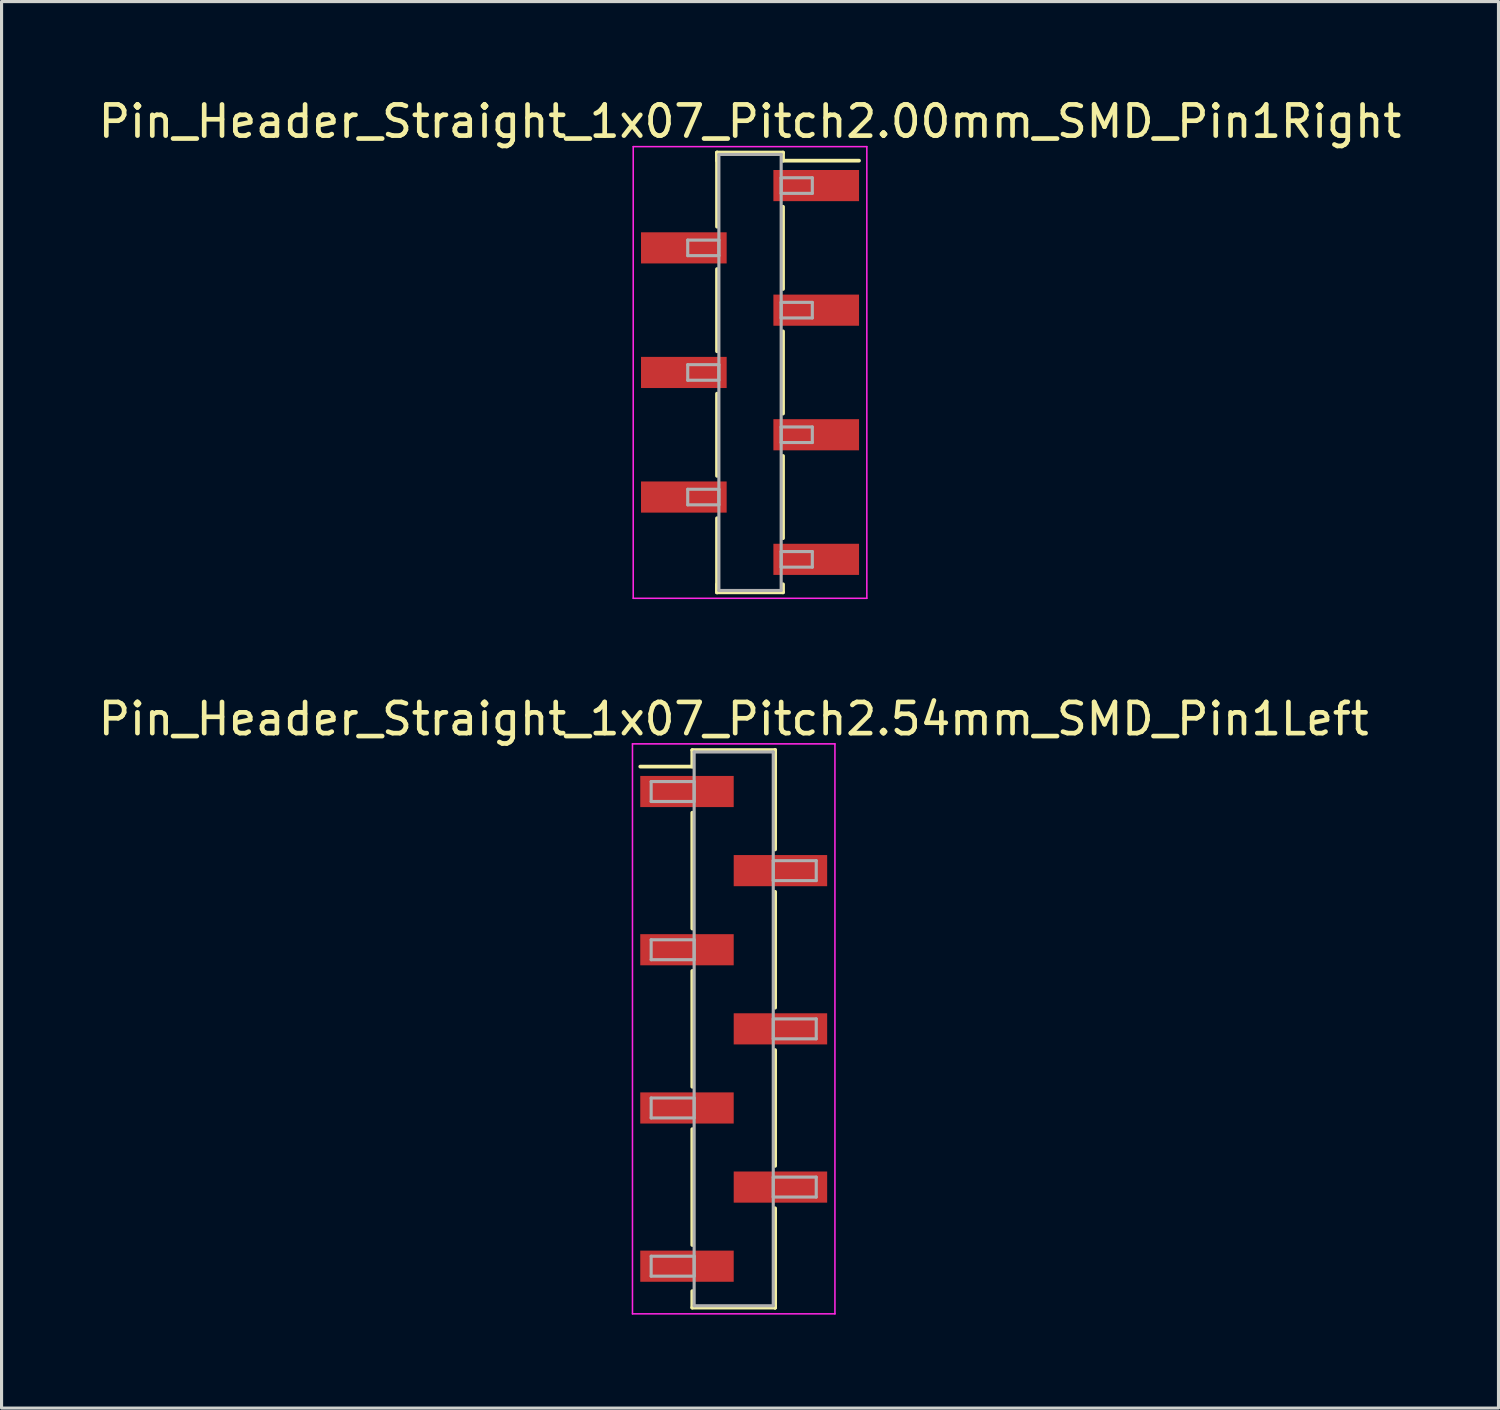
<source format=kicad_pcb>
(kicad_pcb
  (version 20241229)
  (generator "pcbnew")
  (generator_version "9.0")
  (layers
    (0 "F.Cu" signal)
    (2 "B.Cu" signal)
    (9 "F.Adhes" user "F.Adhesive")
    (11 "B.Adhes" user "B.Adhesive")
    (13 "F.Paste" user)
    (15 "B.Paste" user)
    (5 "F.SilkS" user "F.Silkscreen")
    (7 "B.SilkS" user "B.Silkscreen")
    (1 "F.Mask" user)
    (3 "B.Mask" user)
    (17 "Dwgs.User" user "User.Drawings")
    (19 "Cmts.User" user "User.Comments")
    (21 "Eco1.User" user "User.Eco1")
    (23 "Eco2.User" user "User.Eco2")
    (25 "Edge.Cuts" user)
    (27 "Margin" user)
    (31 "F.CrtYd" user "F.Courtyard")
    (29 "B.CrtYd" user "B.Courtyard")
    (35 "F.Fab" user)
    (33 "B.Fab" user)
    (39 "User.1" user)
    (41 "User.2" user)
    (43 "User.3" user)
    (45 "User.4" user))
  (footprint "Pin_Header_Straight_1x07_Pitch2.54mm_SMD_Pin1Left"
    (layer "F.Cu")
    (at 20.506 29.982)
    (property "Reference" "Pin_Header_Straight_1x07_Pitch2.54mm_SMD_Pin1Left" (at 0 -9.95 0) (layer "F.SilkS") (effects (font (size 1 1) (thickness 0.15))))
    (attr smd)
    (fp_line (start -1.33 -8.95) (end 1.33 -8.95) (stroke (width 0.12) (type solid)) (layer "F.SilkS"))
    (fp_line (start -1.33 -8.42) (end -3 -8.42) (stroke (width 0.12) (type solid)) (layer "F.SilkS"))
    (fp_line (start -1.33 -8.42) (end -1.33 -8.95) (stroke (width 0.12) (type solid)) (layer "F.SilkS"))
    (fp_line (start -1.33 -6.94) (end -1.33 -3.22) (stroke (width 0.12) (type solid)) (layer "F.SilkS"))
    (fp_line (start -1.33 -1.86) (end -1.33 1.86) (stroke (width 0.12) (type solid)) (layer "F.SilkS"))
    (fp_line (start -1.33 3.22) (end -1.33 6.94) (stroke (width 0.12) (type solid)) (layer "F.SilkS"))
    (fp_line (start -1.33 8.42) (end -1.33 8.95) (stroke (width 0.12) (type solid)) (layer "F.SilkS"))
    (fp_line (start -1.33 8.95) (end 1.33 8.95) (stroke (width 0.12) (type solid)) (layer "F.SilkS"))
    (fp_line (start 1.33 -8.95) (end 1.33 -8.42) (stroke (width 0.12) (type solid)) (layer "F.SilkS"))
    (fp_line (start 1.33 -8.95) (end 1.33 -5.76) (stroke (width 0.12) (type solid)) (layer "F.SilkS"))
    (fp_line (start 1.33 -4.4) (end 1.33 -0.68) (stroke (width 0.12) (type solid)) (layer "F.SilkS"))
    (fp_line (start 1.33 0.68) (end 1.33 4.4) (stroke (width 0.12) (type solid)) (layer "F.SilkS"))
    (fp_line (start 1.33 5.76) (end 1.33 8.95) (stroke (width 0.12) (type solid)) (layer "F.SilkS"))
    (fp_line (start 1.33 8.95) (end 1.33 8.42) (stroke (width 0.12) (type solid)) (layer "F.SilkS"))
    (fp_line (start -3.25 -9.15) (end -3.25 9.15) (stroke (width 0.05) (type solid)) (layer "F.CrtYd"))
    (fp_line (start -3.25 9.15) (end 3.25 9.15) (stroke (width 0.05) (type solid)) (layer "F.CrtYd"))
    (fp_line (start 3.25 -9.15) (end -3.25 -9.15) (stroke (width 0.05) (type solid)) (layer "F.CrtYd"))
    (fp_line (start 3.25 9.15) (end 3.25 -9.15) (stroke (width 0.05) (type solid)) (layer "F.CrtYd"))
    (fp_line (start -2.65 -7.94) (end -1.27 -7.94) (stroke (width 0.1) (type solid)) (layer "F.Fab"))
    (fp_line (start -2.65 -7.3) (end -2.65 -7.94) (stroke (width 0.1) (type solid)) (layer "F.Fab"))
    (fp_line (start -2.65 -2.86) (end -1.27 -2.86) (stroke (width 0.1) (type solid)) (layer "F.Fab"))
    (fp_line (start -2.65 -2.22) (end -2.65 -2.86) (stroke (width 0.1) (type solid)) (layer "F.Fab"))
    (fp_line (start -2.65 2.22) (end -1.27 2.22) (stroke (width 0.1) (type solid)) (layer "F.Fab"))
    (fp_line (start -2.65 2.86) (end -2.65 2.22) (stroke (width 0.1) (type solid)) (layer "F.Fab"))
    (fp_line (start -2.65 7.3) (end -1.27 7.3) (stroke (width 0.1) (type solid)) (layer "F.Fab"))
    (fp_line (start -2.65 7.94) (end -2.65 7.3) (stroke (width 0.1) (type solid)) (layer "F.Fab"))
    (fp_line (start -1.27 -8.89) (end -1.27 8.89) (stroke (width 0.1) (type solid)) (layer "F.Fab"))
    (fp_line (start -1.27 -7.94) (end -1.27 -7.3) (stroke (width 0.1) (type solid)) (layer "F.Fab"))
    (fp_line (start -1.27 -7.3) (end -2.65 -7.3) (stroke (width 0.1) (type solid)) (layer "F.Fab"))
    (fp_line (start -1.27 -2.86) (end -1.27 -2.22) (stroke (width 0.1) (type solid)) (layer "F.Fab"))
    (fp_line (start -1.27 -2.22) (end -2.65 -2.22) (stroke (width 0.1) (type solid)) (layer "F.Fab"))
    (fp_line (start -1.27 2.22) (end -1.27 2.86) (stroke (width 0.1) (type solid)) (layer "F.Fab"))
    (fp_line (start -1.27 2.86) (end -2.65 2.86) (stroke (width 0.1) (type solid)) (layer "F.Fab"))
    (fp_line (start -1.27 7.3) (end -1.27 7.94) (stroke (width 0.1) (type solid)) (layer "F.Fab"))
    (fp_line (start -1.27 7.94) (end -2.65 7.94) (stroke (width 0.1) (type solid)) (layer "F.Fab"))
    (fp_line (start -1.27 8.89) (end 1.27 8.89) (stroke (width 0.1) (type solid)) (layer "F.Fab"))
    (fp_line (start 1.27 -8.89) (end -1.27 -8.89) (stroke (width 0.1) (type solid)) (layer "F.Fab"))
    (fp_line (start 1.27 -5.4) (end 1.27 -4.76) (stroke (width 0.1) (type solid)) (layer "F.Fab"))
    (fp_line (start 1.27 -4.76) (end 2.65 -4.76) (stroke (width 0.1) (type solid)) (layer "F.Fab"))
    (fp_line (start 1.27 -0.32) (end 1.27 0.32) (stroke (width 0.1) (type solid)) (layer "F.Fab"))
    (fp_line (start 1.27 0.32) (end 2.65 0.32) (stroke (width 0.1) (type solid)) (layer "F.Fab"))
    (fp_line (start 1.27 4.76) (end 1.27 5.4) (stroke (width 0.1) (type solid)) (layer "F.Fab"))
    (fp_line (start 1.27 5.4) (end 2.65 5.4) (stroke (width 0.1) (type solid)) (layer "F.Fab"))
    (fp_line (start 1.27 8.89) (end 1.27 -8.89) (stroke (width 0.1) (type solid)) (layer "F.Fab"))
    (fp_line (start 2.65 -5.4) (end 1.27 -5.4) (stroke (width 0.1) (type solid)) (layer "F.Fab"))
    (fp_line (start 2.65 -4.76) (end 2.65 -5.4) (stroke (width 0.1) (type solid)) (layer "F.Fab"))
    (fp_line (start 2.65 -0.32) (end 1.27 -0.32) (stroke (width 0.1) (type solid)) (layer "F.Fab"))
    (fp_line (start 2.65 0.32) (end 2.65 -0.32) (stroke (width 0.1) (type solid)) (layer "F.Fab"))
    (fp_line (start 2.65 4.76) (end 1.27 4.76) (stroke (width 0.1) (type solid)) (layer "F.Fab"))
    (fp_line (start 2.65 5.4) (end 2.65 4.76) (stroke (width 0.1) (type solid)) (layer "F.Fab"))
    (pad "1" smd rect (at -1.5 -7.62) (size 3 1) (layers "F.Cu" "F.Mask"))
    (pad "2" smd rect (at 1.5 -5.08) (size 3 1) (layers "F.Cu" "F.Mask"))
    (pad "3" smd rect (at -1.5 -2.54) (size 3 1) (layers "F.Cu" "F.Mask"))
    (pad "4" smd rect (at 1.5 0) (size 3 1) (layers "F.Cu" "F.Mask"))
    (pad "5" smd rect (at -1.5 2.54) (size 3 1) (layers "F.Cu" "F.Mask"))
    (pad "6" smd rect (at 1.5 5.08) (size 3 1) (layers "F.Cu" "F.Mask"))
    (pad "7" smd rect (at -1.5 7.62) (size 3 1) (layers "F.Cu" "F.Mask")))
  (footprint "Pin_Header_Straight_1x07_Pitch2.00mm_SMD_Pin1Right"
    (layer "F.Cu")
    (at 21.03 8.908)
    (property "Reference" "Pin_Header_Straight_1x07_Pitch2.00mm_SMD_Pin1Right" (at 0 -8.06 0) (layer "F.SilkS") (effects (font (size 1 1) (thickness 0.15))))
    (attr smd)
    (fp_line (start -1.06 -7.06) (end -1.06 -4.68) (stroke (width 0.12) (type solid)) (layer "F.SilkS"))
    (fp_line (start -1.06 -7.06) (end 1.06 -7.06) (stroke (width 0.12) (type solid)) (layer "F.SilkS"))
    (fp_line (start -1.06 -6.8) (end -1.06 -7.06) (stroke (width 0.12) (type solid)) (layer "F.SilkS"))
    (fp_line (start -1.06 -3.32) (end -1.06 -0.68) (stroke (width 0.12) (type solid)) (layer "F.SilkS"))
    (fp_line (start -1.06 0.68) (end -1.06 3.32) (stroke (width 0.12) (type solid)) (layer "F.SilkS"))
    (fp_line (start -1.06 4.68) (end -1.06 7.06) (stroke (width 0.12) (type solid)) (layer "F.SilkS"))
    (fp_line (start -1.06 6.8) (end -1.06 7.06) (stroke (width 0.12) (type solid)) (layer "F.SilkS"))
    (fp_line (start -1.06 7.06) (end 1.06 7.06) (stroke (width 0.12) (type solid)) (layer "F.SilkS"))
    (fp_line (start 1.06 -7.06) (end 1.06 -6.8) (stroke (width 0.12) (type solid)) (layer "F.SilkS"))
    (fp_line (start 1.06 -6.8) (end 3.5 -6.8) (stroke (width 0.12) (type solid)) (layer "F.SilkS"))
    (fp_line (start 1.06 -5.32) (end 1.06 -2.68) (stroke (width 0.12) (type solid)) (layer "F.SilkS"))
    (fp_line (start 1.06 -1.32) (end 1.06 1.32) (stroke (width 0.12) (type solid)) (layer "F.SilkS"))
    (fp_line (start 1.06 2.68) (end 1.06 5.32) (stroke (width 0.12) (type solid)) (layer "F.SilkS"))
    (fp_line (start 1.06 7.06) (end 1.06 6.8) (stroke (width 0.12) (type solid)) (layer "F.SilkS"))
    (fp_line (start -3.75 -7.25) (end -3.75 7.25) (stroke (width 0.05) (type solid)) (layer "F.CrtYd"))
    (fp_line (start -3.75 7.25) (end 3.75 7.25) (stroke (width 0.05) (type solid)) (layer "F.CrtYd"))
    (fp_line (start 3.75 -7.25) (end -3.75 -7.25) (stroke (width 0.05) (type solid)) (layer "F.CrtYd"))
    (fp_line (start 3.75 7.25) (end 3.75 -7.25) (stroke (width 0.05) (type solid)) (layer "F.CrtYd"))
    (fp_line (start -2 -4.25) (end -1 -4.25) (stroke (width 0.1) (type solid)) (layer "F.Fab"))
    (fp_line (start -2 -3.75) (end -2 -4.25) (stroke (width 0.1) (type solid)) (layer "F.Fab"))
    (fp_line (start -2 -0.25) (end -1 -0.25) (stroke (width 0.1) (type solid)) (layer "F.Fab"))
    (fp_line (start -2 0.25) (end -2 -0.25) (stroke (width 0.1) (type solid)) (layer "F.Fab"))
    (fp_line (start -2 3.75) (end -1 3.75) (stroke (width 0.1) (type solid)) (layer "F.Fab"))
    (fp_line (start -2 4.25) (end -2 3.75) (stroke (width 0.1) (type solid)) (layer "F.Fab"))
    (fp_line (start -1 -7) (end -1 7) (stroke (width 0.1) (type solid)) (layer "F.Fab"))
    (fp_line (start -1 -4.25) (end -1 -3.75) (stroke (width 0.1) (type solid)) (layer "F.Fab"))
    (fp_line (start -1 -3.75) (end -2 -3.75) (stroke (width 0.1) (type solid)) (layer "F.Fab"))
    (fp_line (start -1 -0.25) (end -1 0.25) (stroke (width 0.1) (type solid)) (layer "F.Fab"))
    (fp_line (start -1 0.25) (end -2 0.25) (stroke (width 0.1) (type solid)) (layer "F.Fab"))
    (fp_line (start -1 3.75) (end -1 4.25) (stroke (width 0.1) (type solid)) (layer "F.Fab"))
    (fp_line (start -1 4.25) (end -2 4.25) (stroke (width 0.1) (type solid)) (layer "F.Fab"))
    (fp_line (start -1 7) (end 1 7) (stroke (width 0.1) (type solid)) (layer "F.Fab"))
    (fp_line (start 1 -7) (end -1 -7) (stroke (width 0.1) (type solid)) (layer "F.Fab"))
    (fp_line (start 1 -6.25) (end 1 -5.75) (stroke (width 0.1) (type solid)) (layer "F.Fab"))
    (fp_line (start 1 -5.75) (end 2 -5.75) (stroke (width 0.1) (type solid)) (layer "F.Fab"))
    (fp_line (start 1 -2.25) (end 1 -1.75) (stroke (width 0.1) (type solid)) (layer "F.Fab"))
    (fp_line (start 1 -1.75) (end 2 -1.75) (stroke (width 0.1) (type solid)) (layer "F.Fab"))
    (fp_line (start 1 1.75) (end 1 2.25) (stroke (width 0.1) (type solid)) (layer "F.Fab"))
    (fp_line (start 1 2.25) (end 2 2.25) (stroke (width 0.1) (type solid)) (layer "F.Fab"))
    (fp_line (start 1 5.75) (end 1 6.25) (stroke (width 0.1) (type solid)) (layer "F.Fab"))
    (fp_line (start 1 6.25) (end 2 6.25) (stroke (width 0.1) (type solid)) (layer "F.Fab"))
    (fp_line (start 1 7) (end 1 -7) (stroke (width 0.1) (type solid)) (layer "F.Fab"))
    (fp_line (start 2 -6.25) (end 1 -6.25) (stroke (width 0.1) (type solid)) (layer "F.Fab"))
    (fp_line (start 2 -5.75) (end 2 -6.25) (stroke (width 0.1) (type solid)) (layer "F.Fab"))
    (fp_line (start 2 -2.25) (end 1 -2.25) (stroke (width 0.1) (type solid)) (layer "F.Fab"))
    (fp_line (start 2 -1.75) (end 2 -2.25) (stroke (width 0.1) (type solid)) (layer "F.Fab"))
    (fp_line (start 2 1.75) (end 1 1.75) (stroke (width 0.1) (type solid)) (layer "F.Fab"))
    (fp_line (start 2 2.25) (end 2 1.75) (stroke (width 0.1) (type solid)) (layer "F.Fab"))
    (fp_line (start 2 5.75) (end 1 5.75) (stroke (width 0.1) (type solid)) (layer "F.Fab"))
    (fp_line (start 2 6.25) (end 2 5.75) (stroke (width 0.1) (type solid)) (layer "F.Fab"))
    (pad "1" smd rect (at 2.125 -6) (size 2.75 1) (layers "F.Cu" "F.Mask"))
    (pad "2" smd rect (at -2.125 -4) (size 2.75 1) (layers "F.Cu" "F.Mask"))
    (pad "3" smd rect (at 2.125 -2) (size 2.75 1) (layers "F.Cu" "F.Mask"))
    (pad "4" smd rect (at -2.125 0) (size 2.75 1) (layers "F.Cu" "F.Mask"))
    (pad "5" smd rect (at 2.125 2) (size 2.75 1) (layers "F.Cu" "F.Mask"))
    (pad "6" smd rect (at -2.125 4) (size 2.75 1) (layers "F.Cu" "F.Mask"))
    (pad "7" smd rect (at 2.125 6) (size 2.75 1) (layers "F.Cu" "F.Mask")))
  (gr_rect
    (start -3 -3)
    (end 45.06 42.157)
    (stroke (width 0.1) (type default))
    (fill no)
    (layer "Edge.Cuts")))
</source>
